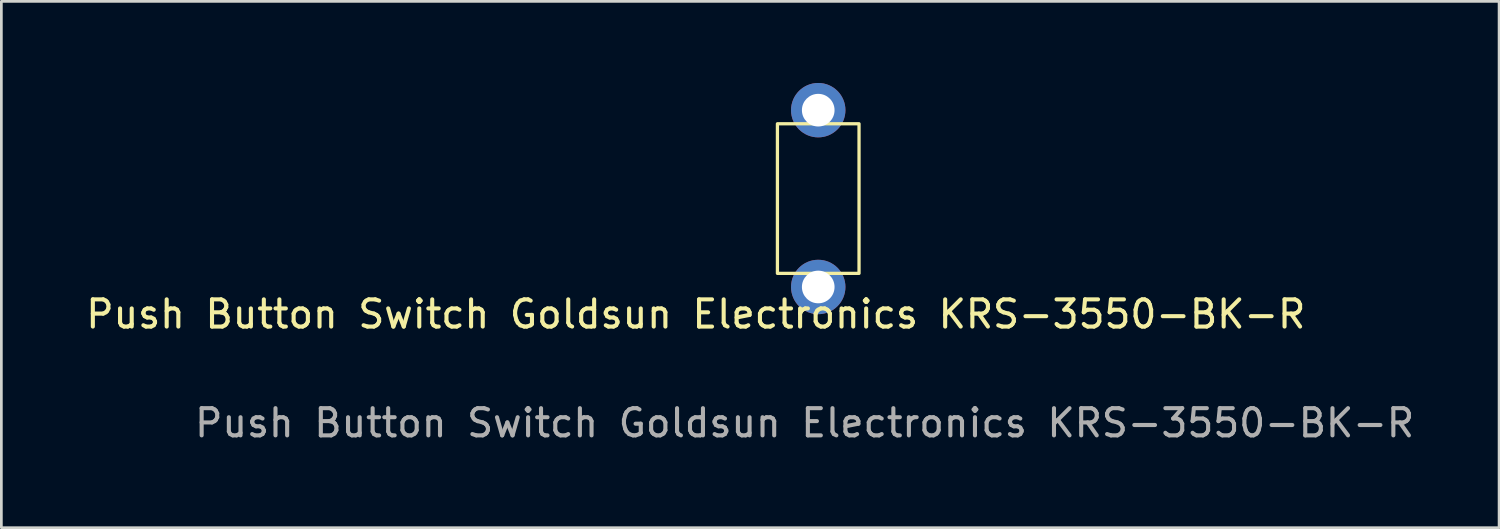
<source format=kicad_pcb>
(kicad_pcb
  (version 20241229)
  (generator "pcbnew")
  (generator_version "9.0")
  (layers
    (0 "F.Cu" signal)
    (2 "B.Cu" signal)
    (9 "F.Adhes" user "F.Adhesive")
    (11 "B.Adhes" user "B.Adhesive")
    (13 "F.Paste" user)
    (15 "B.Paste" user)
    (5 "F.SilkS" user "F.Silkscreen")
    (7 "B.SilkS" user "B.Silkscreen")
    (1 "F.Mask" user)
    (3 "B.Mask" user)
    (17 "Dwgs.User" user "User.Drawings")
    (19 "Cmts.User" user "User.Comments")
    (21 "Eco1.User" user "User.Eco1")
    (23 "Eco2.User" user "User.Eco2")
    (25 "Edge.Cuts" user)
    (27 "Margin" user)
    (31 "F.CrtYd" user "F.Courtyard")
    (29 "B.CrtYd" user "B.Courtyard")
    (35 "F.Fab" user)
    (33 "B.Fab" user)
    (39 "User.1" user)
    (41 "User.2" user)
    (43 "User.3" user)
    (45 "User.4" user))
  (footprint "Push Button Switch Goldsun Electronics KRS-3550-BK-R"
    (layer "F.Cu")
    (at 27.03 7.5)
    (property "Reference" "Push Button Switch Goldsun Electronics KRS-3550-BK-R" (at -4.5 1 0) (unlocked yes) (layer "F.SilkS") (effects (font (size 1 1) (thickness 0.15))))
    (attr through_hole)
    (fp_rect (start 1.5 -0.5) (end -1.5 -6) (stroke (width 0.12) (type solid)) (fill no) (layer "F.SilkS"))
    (fp_text user "${REFERENCE}" (at -0.5 5 0) (unlocked yes) (layer "F.Fab") (effects (font (size 1 1) (thickness 0.15))))
    (pad "1" thru_hole circle (at 0 -6.5) (size 2 2) (drill 1.2) (layers "*.Cu" "*.Mask"))
    (pad "2" thru_hole circle (at 0 0) (size 2 2) (drill 1.2) (layers "*.Cu" "*.Mask")))
  (gr_rect
    (start -3 -3)
    (end 52.06 16.348)
    (stroke (width 0.1) (type default))
    (fill no)
    (layer "Edge.Cuts")))
</source>
